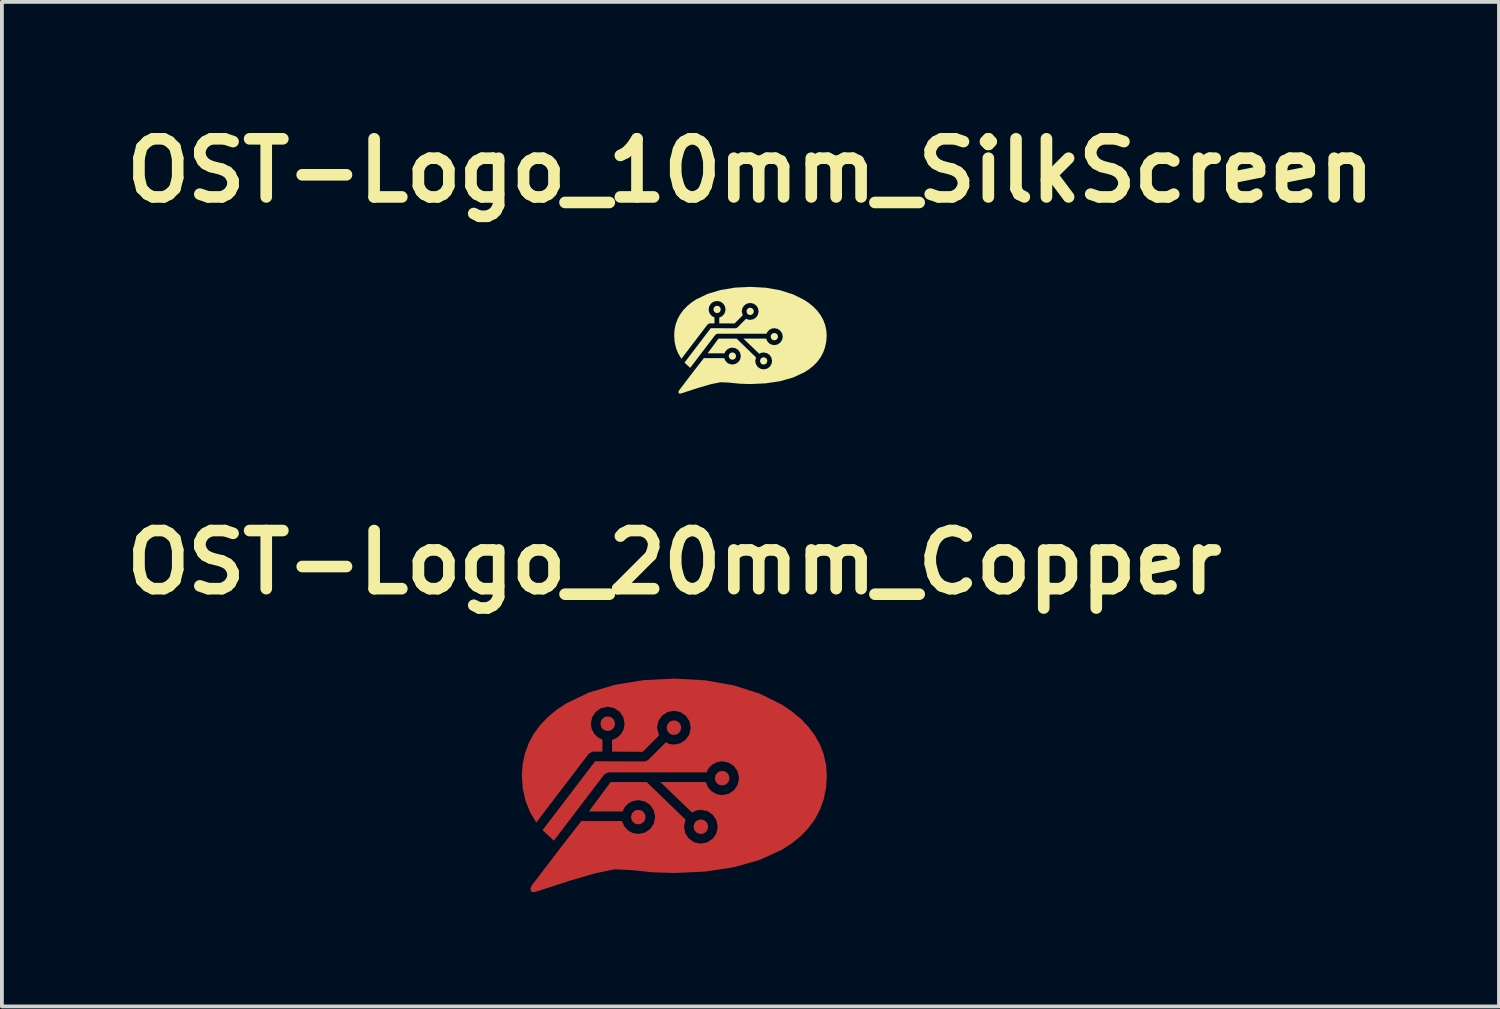
<source format=kicad_pcb>
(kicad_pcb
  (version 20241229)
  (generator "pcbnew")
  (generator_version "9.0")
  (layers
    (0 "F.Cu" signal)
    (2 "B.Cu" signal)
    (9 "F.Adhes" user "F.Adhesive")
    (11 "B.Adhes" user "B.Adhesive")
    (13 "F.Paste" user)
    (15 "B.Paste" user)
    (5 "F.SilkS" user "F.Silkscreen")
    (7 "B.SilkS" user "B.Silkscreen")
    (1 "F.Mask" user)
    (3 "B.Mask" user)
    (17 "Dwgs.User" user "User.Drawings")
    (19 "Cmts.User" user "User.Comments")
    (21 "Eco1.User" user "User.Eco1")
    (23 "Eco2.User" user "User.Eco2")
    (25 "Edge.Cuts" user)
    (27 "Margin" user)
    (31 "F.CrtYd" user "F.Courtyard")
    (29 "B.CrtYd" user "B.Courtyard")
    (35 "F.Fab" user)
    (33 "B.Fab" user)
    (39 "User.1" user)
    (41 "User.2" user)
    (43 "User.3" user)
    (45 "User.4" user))
  (footprint "OST-Logo_10mm_SilkScreen"
    (layer "F.Cu")
    (at 16.633 5.874)
    (property "Reference" "OST-Logo_10mm_SilkScreen" (at 0 -4.448 0) (layer "F.SilkS") (effects (font (size 1.524 1.524) (thickness 0.305))))
    (attr exclude_from_pos_files exclude_from_bom)
    (fp_poly (pts (xy -0.874 -0.904) (xy -0.911 -0.896) (xy -0.941 -0.876) (xy -0.961 -0.846) (xy -0.969 -0.808) (xy -0.961 -0.771) (xy -0.941 -0.74) (xy -0.911 -0.72) (xy -0.874 -0.713) (xy -0.836 -0.72) (xy -0.806 -0.74) (xy -0.786 -0.771) (xy -0.779 -0.808) (xy -0.786 -0.846) (xy -0.806 -0.876) (xy -0.836 -0.896) (xy -0.874 -0.904)) (stroke (width 0) (type solid)) (fill yes) (layer "F.SilkS"))
    (fp_poly (pts (xy -0.473 0.32) (xy -0.51 0.328) (xy -0.54 0.348) (xy -0.56 0.378) (xy -0.568 0.416) (xy -0.56 0.453) (xy -0.54 0.484) (xy -0.51 0.504) (xy -0.473 0.511) (xy -0.435 0.504) (xy -0.405 0.484) (xy -0.385 0.453) (xy -0.377 0.416) (xy -0.385 0.378) (xy -0.405 0.348) (xy -0.435 0.328) (xy -0.473 0.32)) (stroke (width 0) (type solid)) (fill yes) (layer "F.SilkS"))
    (fp_poly (pts (xy -0.006 -0.852) (xy -0.043 -0.844) (xy -0.073 -0.824) (xy -0.094 -0.794) (xy -0.101 -0.756) (xy -0.094 -0.719) (xy -0.073 -0.688) (xy -0.043 -0.668) (xy -0.006 -0.661) (xy 0.031 -0.668) (xy 0.062 -0.688) (xy 0.082 -0.719) (xy 0.089 -0.756) (xy 0.082 -0.794) (xy 0.062 -0.824) (xy 0.031 -0.844) (xy -0.006 -0.852)) (stroke (width 0) (type solid)) (fill yes) (layer "F.SilkS"))
    (fp_poly (pts (xy 0.347 0.447) (xy 0.31 0.455) (xy 0.28 0.475) (xy 0.26 0.505) (xy 0.252 0.543) (xy 0.26 0.58) (xy 0.28 0.611) (xy 0.31 0.631) (xy 0.347 0.638) (xy 0.385 0.631) (xy 0.415 0.611) (xy 0.435 0.58) (xy 0.443 0.543) (xy 0.435 0.505) (xy 0.415 0.475) (xy 0.385 0.455) (xy 0.347 0.447)) (stroke (width 0) (type solid)) (fill yes) (layer "F.SilkS"))
    (fp_poly (pts (xy 0.627 -0.189) (xy 0.59 -0.182) (xy 0.56 -0.162) (xy 0.539 -0.131) (xy 0.532 -0.094) (xy 0.539 -0.056) (xy 0.56 -0.026) (xy 0.59 -0.006) (xy 0.627 0.002) (xy 0.664 -0.006) (xy 0.695 -0.026) (xy 0.715 -0.056) (xy 0.722 -0.094) (xy 0.715 -0.131) (xy 0.695 -0.162) (xy 0.664 -0.182) (xy 0.627 -0.189)) (stroke (width 0) (type solid)) (fill yes) (layer "F.SilkS"))
    (fp_poly (pts (xy -0.000032 -1.4) (xy -0.403 -1.38) (xy -0.779 -1.318) (xy -1.118 -1.217) (xy -1.414 -1.076) (xy -1.543 -0.991) (xy -1.658 -0.896) (xy -1.759 -0.792) (xy -1.843 -0.677) (xy -1.91 -0.554) (xy -1.959 -0.42) (xy -1.99 -0.277) (xy -2 -0.125) (xy -1.987 0.047) (xy -1.951 0.207) (xy -1.891 0.353) (xy -1.81 0.487) (xy -1.12 -0.418) (xy -1.07 -0.442) (xy -0.943 -0.442) (xy -0.943 -0.599) (xy -1.004 -0.63) (xy -1.052 -0.678) (xy -1.084 -0.739) (xy -1.095 -0.808) (xy -1.078 -0.894) (xy -1.03 -0.965) (xy -0.96 -1.013) (xy -0.874 -1.03) (xy -0.788 -1.013) (xy -0.718 -0.965) (xy -0.67 -0.894) (xy -0.653 -0.808) (xy -0.665 -0.735) (xy -0.699 -0.673) (xy -0.752 -0.624) (xy -0.817 -0.595) (xy -0.817 -0.442) (xy -0.415 -0.44) (xy -0.201 -0.654) (xy -0.227 -0.756) (xy -0.21 -0.842) (xy -0.162 -0.913) (xy -0.092 -0.96) (xy -0.006 -0.978) (xy 0.08 -0.96) (xy 0.15 -0.913) (xy 0.198 -0.842) (xy 0.215 -0.756) (xy 0.198 -0.67) (xy 0.15 -0.599) (xy 0.08 -0.552) (xy -0.006 -0.534) (xy -0.062 -0.542) (xy -0.114 -0.563) (xy -0.344 -0.332) (xy -0.389 -0.313) (xy -1.04 -0.316) (xy -1.729 0.588) (xy -1.58 0.725) (xy -0.916 -0.146) (xy -0.866 -0.17) (xy 0.42 -0.17) (xy 0.452 -0.228) (xy 0.5 -0.274) (xy 0.559 -0.305) (xy 0.627 -0.316) (xy 0.713 -0.298) (xy 0.783 -0.25) (xy 0.831 -0.18) (xy 0.849 -0.094) (xy 0.831 -0.008) (xy 0.783 0.063) (xy 0.713 0.111) (xy 0.627 0.129) (xy 0.553 0.115) (xy 0.489 0.079) (xy 0.441 0.025) (xy 0.412 -0.043) (xy -0.184 -0.043) (xy 0.231 0.355) (xy 0.286 0.33) (xy 0.347 0.321) (xy 0.433 0.339) (xy 0.504 0.386) (xy 0.551 0.457) (xy 0.569 0.543) (xy 0.551 0.629) (xy 0.504 0.7) (xy 0.433 0.748) (xy 0.347 0.765) (xy 0.262 0.748) (xy 0.191 0.7) (xy 0.144 0.629) (xy 0.126 0.543) (xy 0.147 0.451) (xy -0.362 -0.043) (xy -0.836 -0.043) (xy -1.122 0.343) (xy -0.68 0.343) (xy -0.648 0.283) (xy -0.601 0.236) (xy -0.541 0.205) (xy -0.473 0.194) (xy -0.387 0.211) (xy -0.316 0.259) (xy -0.269 0.33) (xy -0.251 0.416) (xy -0.269 0.502) (xy -0.316 0.573) (xy -0.387 0.62) (xy -0.473 0.638) (xy -0.546 0.625) (xy -0.61 0.59) (xy -0.658 0.536) (xy -0.687 0.469) (xy -1.22 0.469) (xy -1.477 0.799) (xy -1.864 1.306) (xy -1.887 1.347) (xy -1.881 1.39) (xy -1.858 1.4) (xy -1.828 1.398) (xy -1.791 1.387) (xy -1.367 1.249) (xy -1.031 1.152) (xy -0.783 1.102) (xy -0.559 1.112) (xy -0.286 1.14) (xy -0.000022 1.15) (xy 0.403 1.131) (xy 0.778 1.075) (xy 1.118 0.979) (xy 1.414 0.842) (xy 1.543 0.759) (xy 1.658 0.665) (xy 1.759 0.56) (xy 1.843 0.445) (xy 1.91 0.319) (xy 1.959 0.182) (xy 1.99 0.034) (xy 2 -0.125) (xy 1.99 -0.268) (xy 1.959 -0.405) (xy 1.91 -0.533) (xy 1.843 -0.654) (xy 1.759 -0.768) (xy 1.658 -0.872) (xy 1.543 -0.969) (xy 1.414 -1.056) (xy 1.118 -1.203) (xy 0.778 -1.311) (xy 0.403 -1.377) (xy -0.000022 -1.4) (xy -0.000032 -1.4)) (stroke (width 0) (type solid)) (fill yes) (layer "F.SilkS")))
  (footprint "OST-Logo_20mm_Copper"
    (layer "F.Cu")
    (at 14.638 17.549)
    (property "Reference" "OST-Logo_20mm_Copper" (at 0 -5.848 0) (layer "F.SilkS") (effects (font (size 1.524 1.524) (thickness 0.305))))
    (attr exclude_from_pos_files exclude_from_bom)
    (fp_poly (pts (xy -1.747 -1.808) (xy -1.822 -1.793) (xy -1.882 -1.752) (xy -1.923 -1.692) (xy -1.938 -1.617) (xy -1.923 -1.542) (xy -1.882 -1.481) (xy -1.822 -1.44) (xy -1.747 -1.425) (xy -1.673 -1.44) (xy -1.612 -1.481) (xy -1.572 -1.542) (xy -1.557 -1.617) (xy -1.572 -1.692) (xy -1.612 -1.752) (xy -1.673 -1.793) (xy -1.747 -1.808)) (stroke (width 0) (type solid)) (fill yes) (layer "F.Cu"))
    (fp_poly (pts (xy -0.946 0.641) (xy -1.02 0.655) (xy -1.081 0.696) (xy -1.121 0.757) (xy -1.136 0.832) (xy -1.121 0.907) (xy -1.081 0.968) (xy -1.02 1.008) (xy -0.946 1.023) (xy -0.871 1.008) (xy -0.81 0.968) (xy -0.77 0.907) (xy -0.755 0.832) (xy -0.77 0.757) (xy -0.81 0.696) (xy -0.871 0.655) (xy -0.946 0.641)) (stroke (width 0) (type solid)) (fill yes) (layer "F.Cu"))
    (fp_poly (pts (xy -0.012 -1.703) (xy -0.087 -1.688) (xy -0.147 -1.648) (xy -0.187 -1.587) (xy -0.202 -1.512) (xy -0.187 -1.437) (xy -0.147 -1.377) (xy -0.087 -1.336) (xy -0.012 -1.321) (xy 0.063 -1.336) (xy 0.123 -1.377) (xy 0.164 -1.437) (xy 0.178 -1.512) (xy 0.164 -1.587) (xy 0.123 -1.648) (xy 0.063 -1.688) (xy -0.012 -1.703)) (stroke (width 0) (type solid)) (fill yes) (layer "F.Cu"))
    (fp_poly (pts (xy 0.695 0.895) (xy 0.62 0.91) (xy 0.56 0.95) (xy 0.52 1.011) (xy 0.505 1.086) (xy 0.52 1.161) (xy 0.56 1.221) (xy 0.62 1.262) (xy 0.695 1.276) (xy 0.77 1.262) (xy 0.83 1.221) (xy 0.87 1.161) (xy 0.885 1.086) (xy 0.87 1.011) (xy 0.83 0.95) (xy 0.77 0.91) (xy 0.695 0.895)) (stroke (width 0) (type solid)) (fill yes) (layer "F.Cu"))
    (fp_poly (pts (xy 1.254 -0.378) (xy 1.18 -0.364) (xy 1.119 -0.323) (xy 1.079 -0.262) (xy 1.064 -0.188) (xy 1.079 -0.113) (xy 1.119 -0.052) (xy 1.18 -0.012) (xy 1.254 0.003) (xy 1.329 -0.012) (xy 1.389 -0.052) (xy 1.43 -0.113) (xy 1.445 -0.188) (xy 1.43 -0.262) (xy 1.389 -0.323) (xy 1.329 -0.364) (xy 1.254 -0.378)) (stroke (width 0) (type solid)) (fill yes) (layer "F.Cu"))
    (fp_poly (pts (xy -0.000064 -2.8) (xy -0.806 -2.759) (xy -1.557 -2.637) (xy -2.237 -2.435) (xy -2.829 -2.153) (xy -3.087 -1.982) (xy -3.317 -1.793) (xy -3.517 -1.583) (xy -3.686 -1.355) (xy -3.82 -1.107) (xy -3.919 -0.84) (xy -3.979 -0.555) (xy -4 -0.25) (xy -3.975 0.095) (xy -3.901 0.414) (xy -3.783 0.707) (xy -3.621 0.974) (xy -2.24 -0.836) (xy -2.14 -0.884) (xy -1.887 -0.884) (xy -1.887 -1.197) (xy -2.008 -1.26) (xy -2.104 -1.356) (xy -2.168 -1.477) (xy -2.19 -1.617) (xy -2.155 -1.789) (xy -2.06 -1.93) (xy -1.919 -2.025) (xy -1.747 -2.061) (xy -1.576 -2.025) (xy -1.435 -1.93) (xy -1.34 -1.789) (xy -1.305 -1.617) (xy -1.33 -1.471) (xy -1.399 -1.345) (xy -1.503 -1.249) (xy -1.634 -1.189) (xy -1.634 -0.883) (xy -0.83 -0.88) (xy -0.403 -1.308) (xy -0.455 -1.512) (xy -0.42 -1.684) (xy -0.325 -1.825) (xy -0.184 -1.921) (xy -0.012 -1.956) (xy 0.16 -1.921) (xy 0.3 -1.826) (xy 0.395 -1.684) (xy 0.43 -1.512) (xy 0.395 -1.34) (xy 0.3 -1.199) (xy 0.16 -1.103) (xy -0.012 -1.068) (xy -0.125 -1.084) (xy -0.227 -1.127) (xy -0.688 -0.664) (xy -0.777 -0.627) (xy -2.079 -0.631) (xy -3.458 1.176) (xy -3.161 1.451) (xy -1.833 -0.291) (xy -1.733 -0.339) (xy 0.841 -0.339) (xy 0.905 -0.456) (xy 1 -0.549) (xy 1.118 -0.609) (xy 1.254 -0.631) (xy 1.426 -0.596) (xy 1.567 -0.501) (xy 1.662 -0.36) (xy 1.698 -0.188) (xy 1.662 -0.015) (xy 1.567 0.126) (xy 1.426 0.222) (xy 1.254 0.257) (xy 1.106 0.231) (xy 0.979 0.159) (xy 0.882 0.05) (xy 0.825 -0.086) (xy -0.368 -0.086) (xy 0.462 0.711) (xy 0.572 0.66) (xy 0.695 0.642) (xy 0.867 0.677) (xy 1.008 0.772) (xy 1.103 0.914) (xy 1.138 1.086) (xy 1.103 1.258) (xy 1.008 1.399) (xy 0.867 1.495) (xy 0.695 1.53) (xy 0.523 1.495) (xy 0.383 1.399) (xy 0.288 1.258) (xy 0.253 1.086) (xy 0.294 0.901) (xy -0.725 -0.086) (xy -1.671 -0.086) (xy -2.243 0.685) (xy -1.361 0.685) (xy -1.297 0.566) (xy -1.202 0.472) (xy -1.083 0.41) (xy -0.946 0.388) (xy -0.774 0.423) (xy -0.633 0.518) (xy -0.538 0.66) (xy -0.503 0.832) (xy -0.538 1.004) (xy -0.633 1.145) (xy -0.774 1.241) (xy -0.946 1.276) (xy -1.093 1.25) (xy -1.219 1.179) (xy -1.316 1.072) (xy -1.374 0.938) (xy -2.441 0.938) (xy -2.954 1.597) (xy -3.729 2.611) (xy -3.774 2.695) (xy -3.762 2.781) (xy -3.716 2.8) (xy -3.656 2.796) (xy -3.581 2.774) (xy -2.734 2.499) (xy -2.061 2.304) (xy -1.566 2.203) (xy -1.118 2.223) (xy -0.571 2.281) (xy -0.000044 2.3) (xy 0.806 2.263) (xy 1.557 2.149) (xy 2.236 1.957) (xy 2.828 1.685) (xy 3.087 1.518) (xy 3.317 1.33) (xy 3.517 1.121) (xy 3.686 0.89) (xy 3.82 0.638) (xy 3.919 0.365) (xy 3.979 0.068) (xy 4 -0.25) (xy 3.979 -0.537) (xy 3.919 -0.809) (xy 3.82 -1.067) (xy 3.686 -1.309) (xy 3.517 -1.535) (xy 3.317 -1.745) (xy 3.087 -1.937) (xy 2.828 -2.112) (xy 2.236 -2.406) (xy 1.557 -2.622) (xy 0.806 -2.755) (xy -0.000044 -2.8) (xy -0.000064 -2.8)) (stroke (width 0) (type solid)) (fill yes) (layer "F.Cu")))
  (gr_rect
    (start -3 -3)
    (end 36.267 23.349)
    (stroke (width 0.1) (type default))
    (fill no)
    (layer "Edge.Cuts")))
</source>
